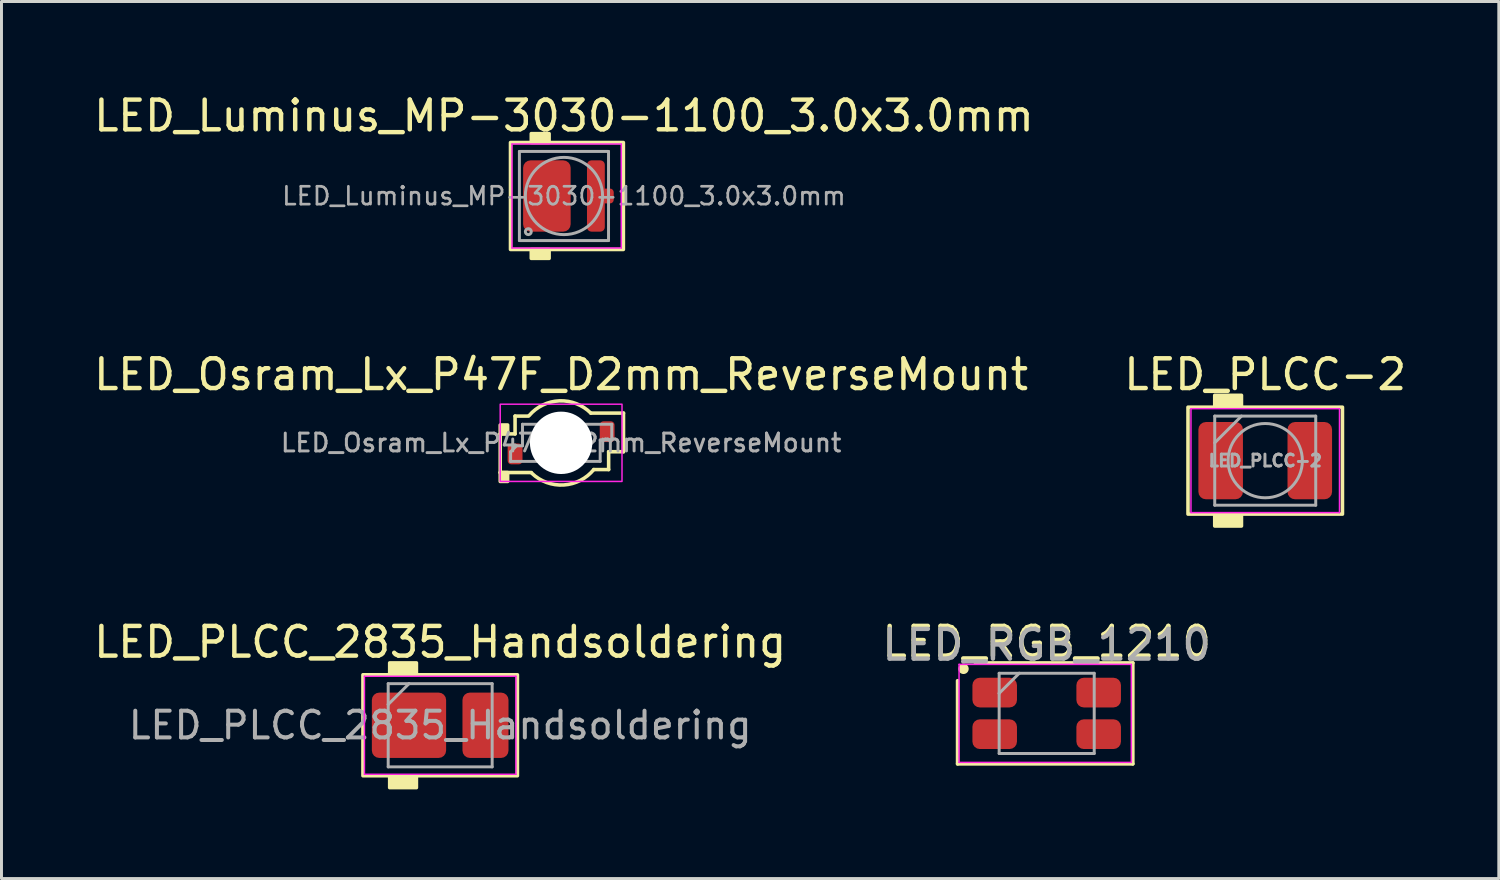
<source format=kicad_pcb>
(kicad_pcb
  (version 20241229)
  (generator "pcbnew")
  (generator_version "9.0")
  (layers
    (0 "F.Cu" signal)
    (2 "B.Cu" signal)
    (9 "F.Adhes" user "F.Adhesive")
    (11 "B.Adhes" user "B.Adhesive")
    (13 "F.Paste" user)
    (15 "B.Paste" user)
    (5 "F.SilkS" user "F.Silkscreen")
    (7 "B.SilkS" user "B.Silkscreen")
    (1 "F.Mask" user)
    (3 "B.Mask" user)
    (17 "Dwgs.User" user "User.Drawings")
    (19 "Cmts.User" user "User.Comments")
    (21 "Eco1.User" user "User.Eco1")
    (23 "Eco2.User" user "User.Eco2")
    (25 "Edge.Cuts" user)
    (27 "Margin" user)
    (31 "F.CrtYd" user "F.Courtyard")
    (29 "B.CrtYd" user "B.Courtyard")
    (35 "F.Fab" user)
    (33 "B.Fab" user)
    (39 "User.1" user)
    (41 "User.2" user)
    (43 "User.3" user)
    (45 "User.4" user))
  (footprint "LED_PLCC-2"
    (layer "F.Cu")
    (at 39.542 12.457)
    (property "Reference" "LED_PLCC-2" (at 0 -2.9 0) (layer "F.SilkS") (effects (font (size 1 1) (thickness 0.15))))
    (attr smd)
    (fp_rect (start -2.6 -1.8) (end 2.6 1.8) (stroke (width 0.12) (type solid)) (fill no) (layer "F.SilkS"))
    (fp_rect (start -1.7 -2.2) (end -0.8 -1.8) (stroke (width 0.12) (type solid)) (fill yes) (layer "F.SilkS"))
    (fp_rect (start -1.7 1.8) (end -0.8 2.2) (stroke (width 0.12) (type solid)) (fill yes) (layer "F.SilkS"))
    (fp_line (start -2.5 -1.75) (end 2.5 -1.75) (stroke (width 0.05) (type solid)) (layer "F.CrtYd"))
    (fp_line (start -2.5 1.75) (end -2.5 -1.75) (stroke (width 0.05) (type solid)) (layer "F.CrtYd"))
    (fp_line (start 2.5 -1.75) (end 2.5 1.75) (stroke (width 0.05) (type solid)) (layer "F.CrtYd"))
    (fp_line (start 2.5 1.75) (end -2.5 1.75) (stroke (width 0.05) (type solid)) (layer "F.CrtYd"))
    (fp_line (start -1.7 -1.5) (end -1.7 1.5) (stroke (width 0.1) (type solid)) (layer "F.Fab"))
    (fp_line (start -1.7 -0.6) (end -0.8 -1.5) (stroke (width 0.1) (type solid)) (layer "F.Fab"))
    (fp_line (start -1.7 1.5) (end 1.7 1.5) (stroke (width 0.1) (type solid)) (layer "F.Fab"))
    (fp_line (start 1.7 -1.5) (end -1.7 -1.5) (stroke (width 0.1) (type solid)) (layer "F.Fab"))
    (fp_line (start 1.7 1.5) (end 1.7 -1.5) (stroke (width 0.1) (type solid)) (layer "F.Fab"))
    (fp_circle (center 0 0) (end 0 -1.25) (stroke (width 0.1) (type solid)) (fill no) (layer "F.Fab"))
    (fp_text user "${REFERENCE}" (at 0 0 0) (layer "F.Fab") (effects (font (size 0.4 0.4) (thickness 0.1))))
    (pad "1" smd roundrect (at -1.5 0) (size 1.5 2.6) (layers "F.Cu" "F.Mask" "F.Paste") (roundrect_rratio 0.167))
    (pad "2" smd roundrect (at 1.5 0) (size 1.5 2.6) (layers "F.Cu" "F.Mask" "F.Paste") (roundrect_rratio 0.167)))
  (footprint "LED_Osram_Lx_P47F_D2mm_ReverseMount"
    (layer "F.Cu")
    (at 15.839 11.857)
    (property "Reference" "LED_Osram_Lx_P47F_D2mm_ReverseMount" (at 0 -2.3 0) (layer "F.SilkS") (effects (font (size 1 1) (thickness 0.15))))
    (attr smd)
    (fp_line (start -2.05 -0.3) (end -2.05 1) (stroke (width 0.12) (type solid)) (layer "F.SilkS"))
    (fp_line (start -2.05 1) (end -1 1) (stroke (width 0.12) (type solid)) (layer "F.SilkS"))
    (fp_line (start -1.55 -0.9) (end -1.55 -0.3) (stroke (width 0.12) (type solid)) (layer "F.SilkS"))
    (fp_line (start -1.55 -0.3) (end -2.05 -0.3) (stroke (width 0.12) (type solid)) (layer "F.SilkS"))
    (fp_line (start -1.1 -0.9) (end -1.55 -0.9) (stroke (width 0.12) (type solid)) (layer "F.SilkS"))
    (fp_line (start 1.1 0.9) (end 1.6 0.9) (stroke (width 0.12) (type solid)) (layer "F.SilkS"))
    (fp_line (start 1.6 0.3) (end 2.1 0.3) (stroke (width 0.12) (type solid)) (layer "F.SilkS"))
    (fp_line (start 1.6 0.9) (end 1.6 0.3) (stroke (width 0.12) (type solid)) (layer "F.SilkS"))
    (fp_line (start 2.1 -1) (end 1 -1) (stroke (width 0.12) (type solid)) (layer "F.SilkS"))
    (fp_line (start 2.1 0.3) (end 2.1 -1) (stroke (width 0.12) (type solid)) (layer "F.SilkS"))
    (fp_rect (start -2.05 -0.6) (end -1.8 -0.3) (stroke (width 0.12) (type solid)) (fill yes) (layer "F.SilkS"))
    (fp_rect (start -2.05 1) (end -1.8 1.3) (stroke (width 0.12) (type solid)) (fill yes) (layer "F.SilkS"))
    (fp_arc (start -1.07375 -0.920357) (mid -0.054273 -1.413171) (end 0.999999 -0.999999) (stroke (width 0.12) (type solid)) (layer "F.SilkS"))
    (fp_arc (start 1.1 0.9) (mid 0.088987 1.418479) (end -0.978897 1.030418) (stroke (width 0.12) (type solid)) (layer "F.SilkS"))
    (fp_rect (start -2.05 -1.3) (end 2.05 1.3) (stroke (width 0.05) (type default)) (fill no) (layer "F.CrtYd"))
    (fp_line (start -1.7 0.3) (end -1.7 0.625) (stroke (width 0.1) (type solid)) (layer "F.Fab"))
    (fp_line (start -1.7 0.3) (end -1.5 0.1) (stroke (width 0.1) (type solid)) (layer "F.Fab"))
    (fp_line (start -1.5 0.1) (end -1.3 0.1) (stroke (width 0.1) (type solid)) (layer "F.Fab"))
    (fp_line (start -1.3 -0.625) (end -0.715 -0.625) (stroke (width 0.1) (type solid)) (layer "F.Fab"))
    (fp_line (start -1.3 0.1) (end -1.3 -0.625) (stroke (width 0.1) (type solid)) (layer "F.Fab"))
    (fp_line (start -0.715 0.625) (end -1.7 0.625) (stroke (width 0.1) (type solid)) (layer "F.Fab"))
    (fp_line (start 0.715 -0.625) (end 1.705 -0.625) (stroke (width 0.1) (type solid)) (layer "F.Fab"))
    (fp_line (start 0.715 0.625) (end 1.315 0.625) (stroke (width 0.1) (type solid)) (layer "F.Fab"))
    (fp_line (start 1.315 -0.095) (end 1.315 0.625) (stroke (width 0.1) (type solid)) (layer "F.Fab"))
    (fp_line (start 1.705 -0.625) (end 1.705 -0.095) (stroke (width 0.1) (type solid)) (layer "F.Fab"))
    (fp_line (start 1.705 -0.095) (end 1.315 -0.095) (stroke (width 0.1) (type solid)) (layer "F.Fab"))
    (fp_arc (start -0.714073 -0.626059) (mid 0.000704 -0.949658) (end 0.715 -0.625) (stroke (width 0.1) (type solid)) (layer "F.Fab"))
    (fp_arc (start 0.714073 0.626059) (mid -0.000704 0.949658) (end -0.715 0.625) (stroke (width 0.1) (type solid)) (layer "F.Fab"))
    (fp_text user "${REFERENCE}" (at 0 0 0) (layer "F.Fab") (effects (font (size 0.6 0.6) (thickness 0.1))))
    (pad "" np_thru_hole circle (at 0 0) (size 2.1 2.1) (drill 2.1) (layers "*.Cu" "*.Mask"))
    (pad "1" smd roundrect (at -1.55 0.375) (size 0.5 0.7) (layers "F.Cu" "F.Mask" "F.Paste") (roundrect_rratio 0.25))
    (pad "2" smd roundrect (at 1.55 -0.375) (size 0.5 0.7) (layers "F.Cu" "F.Mask" "F.Paste") (roundrect_rratio 0.25)))
  (footprint "LED_PLCC_2835_Handsoldering"
    (layer "F.Cu")
    (at 11.768 21.365)
    (property "Reference" "LED_PLCC_2835_Handsoldering" (at 0 -2.8 0) (layer "F.SilkS") (effects (font (size 1 1) (thickness 0.15))))
    (attr smd)
    (fp_rect (start -2.6 -1.7) (end 2.6 1.7) (stroke (width 0.12) (type solid)) (fill no) (layer "F.SilkS"))
    (fp_rect (start -1.7 -2.1) (end -0.8 -1.7) (stroke (width 0.12) (type solid)) (fill yes) (layer "F.SilkS"))
    (fp_rect (start -1.7 1.7) (end -0.8 2.1) (stroke (width 0.12) (type solid)) (fill yes) (layer "F.SilkS"))
    (fp_line (start -2.55 -1.65) (end 2.55 -1.65) (stroke (width 0.05) (type solid)) (layer "F.CrtYd"))
    (fp_line (start -2.55 1.65) (end -2.55 -1.65) (stroke (width 0.05) (type solid)) (layer "F.CrtYd"))
    (fp_line (start 2.55 -1.65) (end 2.55 1.65) (stroke (width 0.05) (type solid)) (layer "F.CrtYd"))
    (fp_line (start 2.55 1.65) (end -2.55 1.65) (stroke (width 0.05) (type solid)) (layer "F.CrtYd"))
    (fp_line (start -1.75 -1.4) (end -1.05 -1.4) (stroke (width 0.1) (type default)) (layer "F.Fab"))
    (fp_line (start -1.75 -0.7) (end -1.75 -1.4) (stroke (width 0.1) (type default)) (layer "F.Fab"))
    (fp_line (start -1.75 1.4) (end -1.75 -0.7) (stroke (width 0.1) (type solid)) (layer "F.Fab"))
    (fp_line (start -1.05 -1.4) (end -1.75 -0.7) (stroke (width 0.1) (type solid)) (layer "F.Fab"))
    (fp_line (start -1.05 -1.4) (end 1.75 -1.4) (stroke (width 0.1) (type solid)) (layer "F.Fab"))
    (fp_line (start 1.75 -1.4) (end 1.75 1.4) (stroke (width 0.1) (type solid)) (layer "F.Fab"))
    (fp_line (start 1.75 1.4) (end -1.75 1.4) (stroke (width 0.1) (type solid)) (layer "F.Fab"))
    (fp_text user "${REFERENCE}" (at 0 0 0) (layer "F.Fab") (effects (font (size 0.9 0.9) (thickness 0.135))))
    (pad "1" smd roundrect (at -1.05 0) (size 2.5 2.2) (layers "F.Cu" "F.Mask" "F.Paste") (roundrect_rratio 0.114))
    (pad "2" smd roundrect (at 1.525 0) (size 1.55 2.2) (layers "F.Cu" "F.Mask" "F.Paste") (roundrect_rratio 0.161)))
  (footprint "LED_Luminus_MP-3030-1100_3.0x3.0mm"
    (layer "F.Cu")
    (at 15.935 3.548)
    (property "Reference" "LED_Luminus_MP-3030-1100_3.0x3.0mm" (at 0 -2.7 0) (layer "F.SilkS") (effects (font (size 1 1) (thickness 0.15))))
    (attr smd)
    (fp_rect (start -1.8 -1.8) (end 2 1.8) (stroke (width 0.12) (type default)) (fill no) (layer "F.SilkS"))
    (fp_rect (start -1.1 -2.1) (end -0.5 -1.8) (stroke (width 0.12) (type solid)) (fill yes) (layer "F.SilkS"))
    (fp_rect (start -1.1 1.8) (end -0.5 2.1) (stroke (width 0.12) (type solid)) (fill yes) (layer "F.SilkS"))
    (fp_line (start -1.75 -1.75) (end 1.93 -1.75) (stroke (width 0.05) (type solid)) (layer "F.CrtYd"))
    (fp_line (start -1.75 1.75) (end -1.75 -1.75) (stroke (width 0.05) (type solid)) (layer "F.CrtYd"))
    (fp_line (start 1.93 -1.75) (end 1.93 1.75) (stroke (width 0.05) (type solid)) (layer "F.CrtYd"))
    (fp_line (start 1.93 1.75) (end -1.75 1.75) (stroke (width 0.05) (type solid)) (layer "F.CrtYd"))
    (fp_line (start -1.5 -1.5) (end 1.5 -1.5) (stroke (width 0.1) (type solid)) (layer "F.Fab"))
    (fp_line (start -1.5 1.5) (end -1.5 -1.5) (stroke (width 0.1) (type solid)) (layer "F.Fab"))
    (fp_line (start 1.5 -1.5) (end 1.5 1.5) (stroke (width 0.1) (type solid)) (layer "F.Fab"))
    (fp_line (start 1.5 1.5) (end -1.5 1.5) (stroke (width 0.1) (type solid)) (layer "F.Fab"))
    (fp_circle (center -1.2 1.2) (end -1.1 1.2) (stroke (width 0.1) (type solid)) (fill no) (layer "F.Fab"))
    (fp_circle (center 0 0) (end 1.3 0) (stroke (width 0.1) (type solid)) (fill no) (layer "F.Fab"))
    (fp_text user "${REFERENCE}" (at 0 0 0) (layer "F.Fab") (effects (font (size 0.6 0.6) (thickness 0.09))))
    (pad "" smd roundrect (at -0.575 0) (size 1.3 1.9) (layers "F.Paste") (roundrect_rratio 0.192))
    (pad "" smd roundrect (at 1.075 0) (size 0.4 1.9) (layers "F.Paste") (roundrect_rratio 0.25))
    (pad "1" smd roundrect (at -0.575 0) (size 1.6 2.4) (layers "F.Cu" "F.Mask") (roundrect_rratio 0.156))
    (pad "2" smd roundrect (at 1.075 0) (size 0.6 2.4) (layers "F.Cu" "F.Mask") (roundrect_rratio 0.25))
    (pad "2" smd roundrect (at 1.375 0) (size 0.6 0.5) (layers "F.Cu" "F.Mask") (roundrect_rratio 0.25)))
  (footprint "LED_RGB_1210"
    (layer "F.Cu")
    (at 32.185 20.965)
    (property "Reference" "LED_RGB_1210" (at 0 -2.4 0) (layer "F.SilkS") (effects (font (size 1 1) (thickness 0.15))))
    (attr smd)
    (fp_line (start -3 -1.1) (end -3 1.7) (stroke (width 0.12) (type solid)) (layer "F.SilkS"))
    (fp_line (start -3 1.7) (end 2.9 1.7) (stroke (width 0.12) (type solid)) (layer "F.SilkS"))
    (fp_line (start 2.9 -1.7) (end -2.4 -1.7) (stroke (width 0.12) (type solid)) (layer "F.SilkS"))
    (fp_line (start 2.9 1.7) (end 2.9 -1.7) (stroke (width 0.12) (type solid)) (layer "F.SilkS"))
    (fp_circle (center -2.8 -1.5) (end -2.7 -1.5) (stroke (width 0.15) (type solid)) (fill yes) (layer "F.SilkS"))
    (fp_line (start -2.95 -1.65) (end -2.95 1.65) (stroke (width 0.05) (type solid)) (layer "F.CrtYd"))
    (fp_line (start -2.95 1.65) (end 2.85 1.65) (stroke (width 0.05) (type solid)) (layer "F.CrtYd"))
    (fp_line (start 2.85 -1.65) (end -2.95 -1.65) (stroke (width 0.05) (type solid)) (layer "F.CrtYd"))
    (fp_line (start 2.85 1.65) (end 2.85 -1.65) (stroke (width 0.05) (type solid)) (layer "F.CrtYd"))
    (fp_line (start -1.6 -1.35) (end -1.6 -0.675) (stroke (width 0.1) (type default)) (layer "F.Fab"))
    (fp_line (start -1.6 -0.675) (end -0.925 -1.35) (stroke (width 0.1) (type solid)) (layer "F.Fab"))
    (fp_line (start -1.6 1.35) (end -1.6 -0.675) (stroke (width 0.1) (type solid)) (layer "F.Fab"))
    (fp_line (start -0.925 -1.35) (end -1.6 -1.35) (stroke (width 0.1) (type default)) (layer "F.Fab"))
    (fp_line (start -0.925 -1.35) (end 1.6 -1.35) (stroke (width 0.1) (type solid)) (layer "F.Fab"))
    (fp_line (start 1.6 -1.35) (end 1.6 1.35) (stroke (width 0.1) (type solid)) (layer "F.Fab"))
    (fp_line (start 1.6 1.35) (end -1.6 1.35) (stroke (width 0.1) (type solid)) (layer "F.Fab"))
    (fp_text user "${REFERENCE}" (at 0 -2.3 0) (layer "F.Fab") (effects (font (size 1 1) (thickness 0.15))))
    (pad "1" smd roundrect (at -1.75 -0.7 180) (size 1.5 1) (layers "F.Cu" "F.Mask" "F.Paste") (roundrect_rratio 0.25))
    (pad "2" smd roundrect (at -1.75 0.7 180) (size 1.5 1) (layers "F.Cu" "F.Mask" "F.Paste") (roundrect_rratio 0.25))
    (pad "3" smd roundrect (at 1.75 0.7 180) (size 1.5 1) (layers "F.Cu" "F.Mask" "F.Paste") (roundrect_rratio 0.25))
    (pad "4" smd roundrect (at 1.75 -0.7 180) (size 1.5 1) (layers "F.Cu" "F.Mask" "F.Paste") (roundrect_rratio 0.25)))
  (gr_rect
    (start -3 -3)
    (end 47.405 26.525)
    (stroke (width 0.1) (type default))
    (fill no)
    (layer "Edge.Cuts")))
</source>
